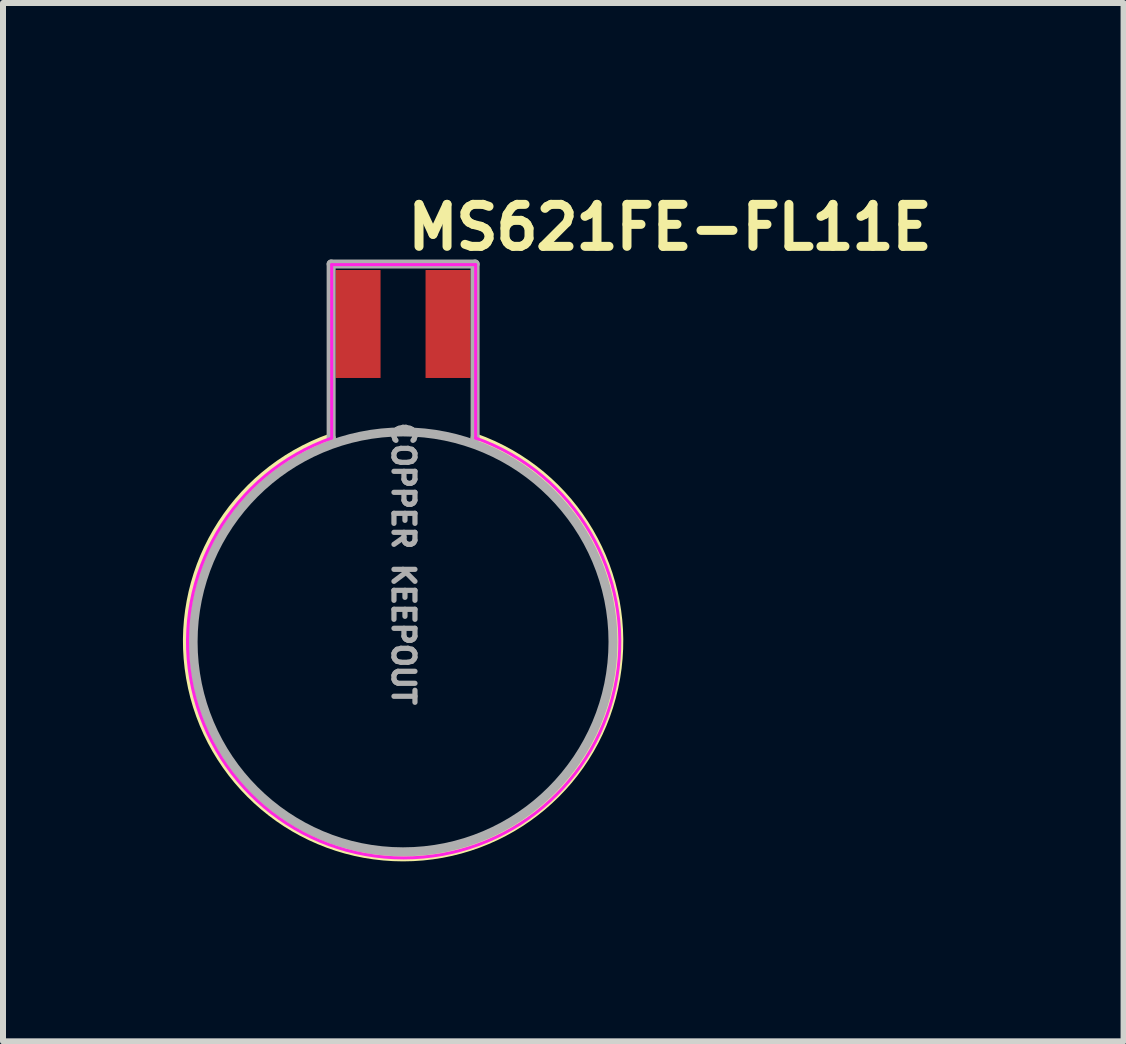
<source format=kicad_pcb>
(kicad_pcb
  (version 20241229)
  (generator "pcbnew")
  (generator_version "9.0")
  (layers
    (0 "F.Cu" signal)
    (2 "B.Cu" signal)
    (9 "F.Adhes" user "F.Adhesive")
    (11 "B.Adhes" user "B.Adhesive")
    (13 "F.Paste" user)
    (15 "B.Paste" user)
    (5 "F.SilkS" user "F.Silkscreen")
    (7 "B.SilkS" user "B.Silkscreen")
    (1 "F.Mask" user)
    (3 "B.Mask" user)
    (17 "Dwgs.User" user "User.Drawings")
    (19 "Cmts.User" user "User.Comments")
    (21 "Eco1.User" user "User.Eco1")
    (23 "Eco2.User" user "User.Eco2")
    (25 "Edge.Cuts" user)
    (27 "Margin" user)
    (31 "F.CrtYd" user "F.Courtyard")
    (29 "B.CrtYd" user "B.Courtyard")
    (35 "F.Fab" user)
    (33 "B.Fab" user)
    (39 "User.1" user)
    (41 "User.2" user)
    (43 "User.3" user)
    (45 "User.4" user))
  (footprint "MS621FE-FL11E"
    (layer "F.Cu")
    (at 3.67 6.4)
    (property "Reference" "MS621FE-FL11E" (at 0 -5.25 0) (layer "F.SilkS") (effects (font (size 0.7 0.7) (thickness 0.15)) (justify left bottom)))
    (attr smd)
    (fp_arc (start 1.2 -2.15) (mid 0 4.834) (end -1.2 -2.15) (stroke (width 0.15) (type solid)) (layer "F.SilkS"))
    (fp_line (start -1.191 -5.038) (end -1.191 -2.148) (stroke (width 0.05) (type solid)) (layer "F.CrtYd"))
    (fp_line (start 1.209 -5.038) (end -1.191 -5.038) (stroke (width 0.05) (type solid)) (layer "F.CrtYd"))
    (fp_line (start 1.209 -5.038) (end 1.209 -2.148) (stroke (width 0.05) (type solid)) (layer "F.CrtYd"))
    (fp_arc (start 1.209 -2.148) (mid 0.009 4.852014) (end -1.191 -2.148) (stroke (width 0.05) (type solid)) (layer "F.CrtYd"))
    (fp_line (start -1.2 -5.049) (end -1.2 -2.15) (stroke (width 0.15) (type solid)) (layer "F.Fab"))
    (fp_line (start 1.2 -5.049) (end -1.2 -5.049) (stroke (width 0.15) (type solid)) (layer "F.Fab"))
    (fp_line (start 1.2 -5.049) (end 1.2 -2.15) (stroke (width 0.15) (type solid)) (layer "F.Fab"))
    (fp_circle (center -0.001 1.25) (end -0.001 -2.25) (stroke (width 0.15) (type solid)) (fill no) (layer "F.Fab"))
    (fp_rect (start -3.4 -4.651) (end 3.398 4.648) (stroke (width 0.1) (type solid)) (fill no) (layer "User.5"))
    (fp_line (start -3.4 1.29) (end -3.395 1.443) (stroke (width 0.02) (type solid)) (layer "User.9"))
    (fp_line (start -3.399 1.136) (end -3.4 1.29) (stroke (width 0.02) (type solid)) (layer "User.9"))
    (fp_line (start -3.395 1.443) (end -3.383 1.598) (stroke (width 0.02) (type solid)) (layer "User.9"))
    (fp_line (start -3.391 0.983) (end -3.399 1.136) (stroke (width 0.02) (type solid)) (layer "User.9"))
    (fp_line (start -3.383 1.598) (end -3.363 1.755) (stroke (width 0.02) (type solid)) (layer "User.9"))
    (fp_line (start -3.375 0.832) (end -3.391 0.983) (stroke (width 0.02) (type solid)) (layer "User.9"))
    (fp_line (start -3.363 1.755) (end -3.363 1.755) (stroke (width 0.02) (type solid)) (layer "User.9"))
    (fp_line (start -3.363 1.755) (end -3.336 1.91) (stroke (width 0.02) (type solid)) (layer "User.9"))
    (fp_line (start -3.355 0.684) (end -3.375 0.832) (stroke (width 0.02) (type solid)) (layer "User.9"))
    (fp_line (start -3.336 1.91) (end -3.302 2.061) (stroke (width 0.02) (type solid)) (layer "User.9"))
    (fp_line (start -3.326 0.536) (end -3.355 0.684) (stroke (width 0.02) (type solid)) (layer "User.9"))
    (fp_line (start -3.302 2.061) (end -3.262 2.21) (stroke (width 0.02) (type solid)) (layer "User.9"))
    (fp_line (start -3.291 0.39) (end -3.326 0.536) (stroke (width 0.02) (type solid)) (layer "User.9"))
    (fp_line (start -3.262 2.21) (end -3.215 2.357) (stroke (width 0.02) (type solid)) (layer "User.9"))
    (fp_line (start -3.25 0.246) (end -3.291 0.39) (stroke (width 0.02) (type solid)) (layer "User.9"))
    (fp_line (start -3.215 2.357) (end -3.164 2.499) (stroke (width 0.02) (type solid)) (layer "User.9"))
    (fp_line (start -3.202 0.104) (end -3.25 0.246) (stroke (width 0.02) (type solid)) (layer "User.9"))
    (fp_line (start -3.164 2.499) (end -3.105 2.64) (stroke (width 0.02) (type solid)) (layer "User.9"))
    (fp_line (start -3.149 -0.035) (end -3.202 0.104) (stroke (width 0.02) (type solid)) (layer "User.9"))
    (fp_line (start -3.105 2.64) (end -3.04 2.776) (stroke (width 0.02) (type solid)) (layer "User.9"))
    (fp_line (start -3.09 -0.171) (end -3.149 -0.035) (stroke (width 0.02) (type solid)) (layer "User.9"))
    (fp_line (start -3.04 2.776) (end -2.968 2.909) (stroke (width 0.02) (type solid)) (layer "User.9"))
    (fp_line (start -3.025 -0.303) (end -3.09 -0.171) (stroke (width 0.02) (type solid)) (layer "User.9"))
    (fp_line (start -2.968 2.909) (end -2.892 3.038) (stroke (width 0.02) (type solid)) (layer "User.9"))
    (fp_line (start -2.956 -0.434) (end -3.025 -0.303) (stroke (width 0.02) (type solid)) (layer "User.9"))
    (fp_line (start -2.892 3.038) (end -2.811 3.164) (stroke (width 0.02) (type solid)) (layer "User.9"))
    (fp_line (start -2.879 -0.562) (end -2.956 -0.434) (stroke (width 0.02) (type solid)) (layer "User.9"))
    (fp_line (start -2.811 3.164) (end -2.725 3.285) (stroke (width 0.02) (type solid)) (layer "User.9"))
    (fp_line (start -2.798 -0.686) (end -2.879 -0.562) (stroke (width 0.02) (type solid)) (layer "User.9"))
    (fp_line (start -2.725 3.285) (end -2.633 3.402) (stroke (width 0.02) (type solid)) (layer "User.9"))
    (fp_line (start -2.71 -0.806) (end -2.798 -0.686) (stroke (width 0.02) (type solid)) (layer "User.9"))
    (fp_line (start -2.633 3.402) (end -2.536 3.515) (stroke (width 0.02) (type solid)) (layer "User.9"))
    (fp_line (start -2.618 -0.922) (end -2.71 -0.806) (stroke (width 0.02) (type solid)) (layer "User.9"))
    (fp_line (start -2.536 3.515) (end -2.436 3.623) (stroke (width 0.02) (type solid)) (layer "User.9"))
    (fp_line (start -2.521 -1.033) (end -2.618 -0.922) (stroke (width 0.02) (type solid)) (layer "User.9"))
    (fp_line (start -2.436 3.623) (end -2.33 3.726) (stroke (width 0.02) (type solid)) (layer "User.9"))
    (fp_line (start -2.419 -1.141) (end -2.521 -1.033) (stroke (width 0.02) (type solid)) (layer "User.9"))
    (fp_line (start -2.33 3.726) (end -2.219 3.825) (stroke (width 0.02) (type solid)) (layer "User.9"))
    (fp_line (start -2.311 -1.246) (end -2.419 -1.141) (stroke (width 0.02) (type solid)) (layer "User.9"))
    (fp_line (start -2.219 3.825) (end -2.105 3.919) (stroke (width 0.02) (type solid)) (layer "User.9"))
    (fp_line (start -2.201 -1.345) (end -2.311 -1.246) (stroke (width 0.02) (type solid)) (layer "User.9"))
    (fp_line (start -2.105 3.919) (end -1.986 4.009) (stroke (width 0.02) (type solid)) (layer "User.9"))
    (fp_line (start -2.084 -1.44) (end -2.201 -1.345) (stroke (width 0.02) (type solid)) (layer "User.9"))
    (fp_line (start -1.986 4.009) (end -1.865 4.094) (stroke (width 0.02) (type solid)) (layer "User.9"))
    (fp_line (start -1.962 -1.528) (end -2.084 -1.44) (stroke (width 0.02) (type solid)) (layer "User.9"))
    (fp_line (start -1.865 4.094) (end -1.738 4.171) (stroke (width 0.02) (type solid)) (layer "User.9"))
    (fp_line (start -1.837 -1.613) (end -1.962 -1.528) (stroke (width 0.02) (type solid)) (layer "User.9"))
    (fp_line (start -1.738 4.171) (end -1.609 4.246) (stroke (width 0.02) (type solid)) (layer "User.9"))
    (fp_line (start -1.708 -1.692) (end -1.837 -1.613) (stroke (width 0.02) (type solid)) (layer "User.9"))
    (fp_line (start -1.609 4.246) (end -1.476 4.312) (stroke (width 0.02) (type solid)) (layer "User.9"))
    (fp_line (start -1.575 -1.766) (end -1.708 -1.692) (stroke (width 0.02) (type solid)) (layer "User.9"))
    (fp_line (start -1.476 4.312) (end -1.339 4.374) (stroke (width 0.02) (type solid)) (layer "User.9"))
    (fp_line (start -1.436 -1.833) (end -1.575 -1.766) (stroke (width 0.02) (type solid)) (layer "User.9"))
    (fp_line (start -1.339 4.374) (end -1.2 4.43) (stroke (width 0.02) (type solid)) (layer "User.9"))
    (fp_line (start -1.295 -1.895) (end -1.436 -1.833) (stroke (width 0.02) (type solid)) (layer "User.9"))
    (fp_line (start -1.2 4.43) (end -1.059 4.48) (stroke (width 0.02) (type solid)) (layer "User.9"))
    (fp_line (start -1.149 -1.952) (end -1.295 -1.895) (stroke (width 0.02) (type solid)) (layer "User.9"))
    (fp_line (start -1.059 4.48) (end -0.915 4.525) (stroke (width 0.02) (type solid)) (layer "User.9"))
    (fp_line (start -1.002 -4.651) (end -1.002 -2.552) (stroke (width 0.02) (type solid)) (layer "User.9"))
    (fp_line (start -1.002 -2.552) (end -1.002 -2.456) (stroke (width 0.02) (type solid)) (layer "User.9"))
    (fp_line (start -1.002 -2.552) (end -0.501 -2.552) (stroke (width 0.02) (type solid)) (layer "User.9"))
    (fp_line (start -1.002 -2.456) (end -1.002 -2.456) (stroke (width 0.02) (type solid)) (layer "User.9"))
    (fp_line (start -1.002 -2.456) (end -1.002 -2.226) (stroke (width 0.02) (type solid)) (layer "User.9"))
    (fp_line (start -1.002 -2.226) (end -1.002 2.249) (stroke (width 0.02) (type solid)) (layer "User.9"))
    (fp_line (start -1.002 -2) (end -1.149 -1.952) (stroke (width 0.02) (type solid)) (layer "User.9"))
    (fp_line (start -1.002 2.249) (end 0.998 2.249) (stroke (width 0.02) (type solid)) (layer "User.9"))
    (fp_line (start -0.915 4.525) (end -0.767 4.562) (stroke (width 0.02) (type solid)) (layer "User.9"))
    (fp_line (start -0.767 4.562) (end -0.618 4.592) (stroke (width 0.02) (type solid)) (layer "User.9"))
    (fp_line (start -0.618 4.592) (end -0.467 4.618) (stroke (width 0.02) (type solid)) (layer "User.9"))
    (fp_line (start -0.501 -4.651) (end -1.002 -4.651) (stroke (width 0.02) (type solid)) (layer "User.9"))
    (fp_line (start -0.501 -2.552) (end -0.501 -4.651) (stroke (width 0.02) (type solid)) (layer "User.9"))
    (fp_line (start -0.467 4.618) (end -0.313 4.634) (stroke (width 0.02) (type solid)) (layer "User.9"))
    (fp_line (start -0.313 4.634) (end -0.157 4.645) (stroke (width 0.02) (type solid)) (layer "User.9"))
    (fp_line (start -0.157 4.645) (end -0.001 4.648) (stroke (width 0.02) (type solid)) (layer "User.9"))
    (fp_line (start -0.001 4.648) (end 0.174 4.645) (stroke (width 0.02) (type solid)) (layer "User.9"))
    (fp_line (start 0.174 4.645) (end 0.347 4.631) (stroke (width 0.02) (type solid)) (layer "User.9"))
    (fp_line (start 0.347 4.631) (end 0.517 4.61) (stroke (width 0.02) (type solid)) (layer "User.9"))
    (fp_line (start 0.498 -4.651) (end 0.498 -2.552) (stroke (width 0.02) (type solid)) (layer "User.9"))
    (fp_line (start 0.498 -2.552) (end 0.998 -2.552) (stroke (width 0.02) (type solid)) (layer "User.9"))
    (fp_line (start 0.517 4.61) (end 0.685 4.579) (stroke (width 0.02) (type solid)) (layer "User.9"))
    (fp_line (start 0.685 4.579) (end 0.848 4.541) (stroke (width 0.02) (type solid)) (layer "User.9"))
    (fp_line (start 0.848 4.541) (end 1.011 4.496) (stroke (width 0.02) (type solid)) (layer "User.9"))
    (fp_line (start 0.998 -4.651) (end 0.498 -4.651) (stroke (width 0.02) (type solid)) (layer "User.9"))
    (fp_line (start 0.998 -2.552) (end -1.002 -2.552) (stroke (width 0.02) (type solid)) (layer "User.9"))
    (fp_line (start 0.998 -2.552) (end 0.998 -4.651) (stroke (width 0.02) (type solid)) (layer "User.9"))
    (fp_line (start 0.998 -2.456) (end 0.998 -2.552) (stroke (width 0.02) (type solid)) (layer "User.9"))
    (fp_line (start 0.998 -2.456) (end 0.998 -2.456) (stroke (width 0.02) (type solid)) (layer "User.9"))
    (fp_line (start 0.998 -2.226) (end 0.998 -2.456) (stroke (width 0.02) (type solid)) (layer "User.9"))
    (fp_line (start 0.998 2.249) (end 0.998 -2.226) (stroke (width 0.02) (type solid)) (layer "User.9"))
    (fp_line (start 1.011 4.496) (end 1.169 4.443) (stroke (width 0.02) (type solid)) (layer "User.9"))
    (fp_line (start 1.132 -1.956) (end 0.998 -2) (stroke (width 0.02) (type solid)) (layer "User.9"))
    (fp_line (start 1.169 4.443) (end 1.322 4.381) (stroke (width 0.02) (type solid)) (layer "User.9"))
    (fp_line (start 1.261 -1.909) (end 1.132 -1.956) (stroke (width 0.02) (type solid)) (layer "User.9"))
    (fp_line (start 1.322 4.381) (end 1.473 4.313) (stroke (width 0.02) (type solid)) (layer "User.9"))
    (fp_line (start 1.473 4.313) (end 1.62 4.238) (stroke (width 0.02) (type solid)) (layer "User.9"))
    (fp_line (start 1.511 -1.797) (end 1.261 -1.909) (stroke (width 0.02) (type solid)) (layer "User.9"))
    (fp_line (start 1.62 4.238) (end 1.763 4.156) (stroke (width 0.02) (type solid)) (layer "User.9"))
    (fp_line (start 1.751 -1.666) (end 1.511 -1.797) (stroke (width 0.02) (type solid)) (layer "User.9"))
    (fp_line (start 1.763 4.156) (end 1.9 4.068) (stroke (width 0.02) (type solid)) (layer "User.9"))
    (fp_line (start 1.9 4.068) (end 2.034 3.974) (stroke (width 0.02) (type solid)) (layer "User.9"))
    (fp_line (start 1.975 -1.518) (end 1.751 -1.666) (stroke (width 0.02) (type solid)) (layer "User.9"))
    (fp_line (start 2.034 3.974) (end 2.161 3.873) (stroke (width 0.02) (type solid)) (layer "User.9"))
    (fp_line (start 2.161 3.873) (end 2.285 3.765) (stroke (width 0.02) (type solid)) (layer "User.9"))
    (fp_line (start 2.188 -1.353) (end 1.975 -1.518) (stroke (width 0.02) (type solid)) (layer "User.9"))
    (fp_line (start 2.285 3.765) (end 2.403 3.653) (stroke (width 0.02) (type solid)) (layer "User.9"))
    (fp_line (start 2.386 -1.174) (end 2.188 -1.353) (stroke (width 0.02) (type solid)) (layer "User.9"))
    (fp_line (start 2.403 3.653) (end 2.515 3.535) (stroke (width 0.02) (type solid)) (layer "User.9"))
    (fp_line (start 2.515 3.535) (end 2.623 3.411) (stroke (width 0.02) (type solid)) (layer "User.9"))
    (fp_line (start 2.568 -0.978) (end 2.386 -1.174) (stroke (width 0.02) (type solid)) (layer "User.9"))
    (fp_line (start 2.623 3.411) (end 2.724 3.284) (stroke (width 0.02) (type solid)) (layer "User.9"))
    (fp_line (start 2.724 3.284) (end 2.818 3.149) (stroke (width 0.02) (type solid)) (layer "User.9"))
    (fp_line (start 2.733 -0.771) (end 2.568 -0.978) (stroke (width 0.02) (type solid)) (layer "User.9"))
    (fp_line (start 2.818 3.149) (end 2.906 3.012) (stroke (width 0.02) (type solid)) (layer "User.9"))
    (fp_line (start 2.883 -0.551) (end 2.733 -0.771) (stroke (width 0.02) (type solid)) (layer "User.9"))
    (fp_line (start 2.906 3.012) (end 2.988 2.87) (stroke (width 0.02) (type solid)) (layer "User.9"))
    (fp_line (start 2.988 2.87) (end 3.063 2.724) (stroke (width 0.02) (type solid)) (layer "User.9"))
    (fp_line (start 3.015 -0.319) (end 2.883 -0.551) (stroke (width 0.02) (type solid)) (layer "User.9"))
    (fp_line (start 3.063 2.724) (end 3.132 2.572) (stroke (width 0.02) (type solid)) (layer "User.9"))
    (fp_line (start 3.129 -0.077) (end 3.015 -0.319) (stroke (width 0.02) (type solid)) (layer "User.9"))
    (fp_line (start 3.132 2.572) (end 3.192 2.418) (stroke (width 0.02) (type solid)) (layer "User.9"))
    (fp_line (start 3.192 2.418) (end 3.246 2.261) (stroke (width 0.02) (type solid)) (layer "User.9"))
    (fp_line (start 3.225 0.174) (end 3.129 -0.077) (stroke (width 0.02) (type solid)) (layer "User.9"))
    (fp_line (start 3.246 2.261) (end 3.292 2.099) (stroke (width 0.02) (type solid)) (layer "User.9"))
    (fp_line (start 3.292 2.099) (end 3.33 1.935) (stroke (width 0.02) (type solid)) (layer "User.9"))
    (fp_line (start 3.3 0.432) (end 3.225 0.174) (stroke (width 0.02) (type solid)) (layer "User.9"))
    (fp_line (start 3.33 1.935) (end 3.359 1.767) (stroke (width 0.02) (type solid)) (layer "User.9"))
    (fp_line (start 3.354 0.699) (end 3.3 0.432) (stroke (width 0.02) (type solid)) (layer "User.9"))
    (fp_line (start 3.359 1.767) (end 3.382 1.596) (stroke (width 0.02) (type solid)) (layer "User.9"))
    (fp_line (start 3.382 1.596) (end 3.394 1.423) (stroke (width 0.02) (type solid)) (layer "User.9"))
    (fp_line (start 3.387 0.971) (end 3.354 0.699) (stroke (width 0.02) (type solid)) (layer "User.9"))
    (fp_line (start 3.394 1.423) (end 3.398 1.249) (stroke (width 0.02) (type solid)) (layer "User.9"))
    (fp_line (start 3.397 1.11) (end 3.387 0.971) (stroke (width 0.02) (type solid)) (layer "User.9"))
    (fp_line (start 3.398 1.249) (end 3.397 1.11) (stroke (width 0.02) (type solid)) (layer "User.9"))
    (fp_text user "COPPER KEEPOUT" (at -0.2 -2.45 270) (unlocked yes) (layer "F.Fab") (effects (font (size 0.35 0.35) (thickness 0.087)) (justify left bottom)))
    (pad "+" smd rect (at -0.751 -4.049 270) (size 1.8 0.75) (layers "F.Cu" "F.Mask" "F.Paste"))
    (pad "-" smd rect (at 0.749 -4.049 270) (size 1.8 0.75) (layers "F.Cu" "F.Mask" "F.Paste"))
    (zone (net_name "") (layers "F.Cu" "F.CrtYd") (hatch edge 0.508) (connect_pads) (min_thickness 0.254) (filled_areas_thickness no) (keepout (tracks allowed) (vias not_allowed) (pads not_allowed) (copperpour not_allowed) (footprints allowed)) (placement (enabled no)) (fill) (polygon (pts (xy 2.519 8.901) (xy 2.519 3.261) (xy 4.819 3.261) (xy 4.819 8.901)))))
  (gr_rect
    (start -3 -3)
    (end 15.68 14.309)
    (stroke (width 0.1) (type default))
    (fill no)
    (layer "Edge.Cuts")))
</source>
